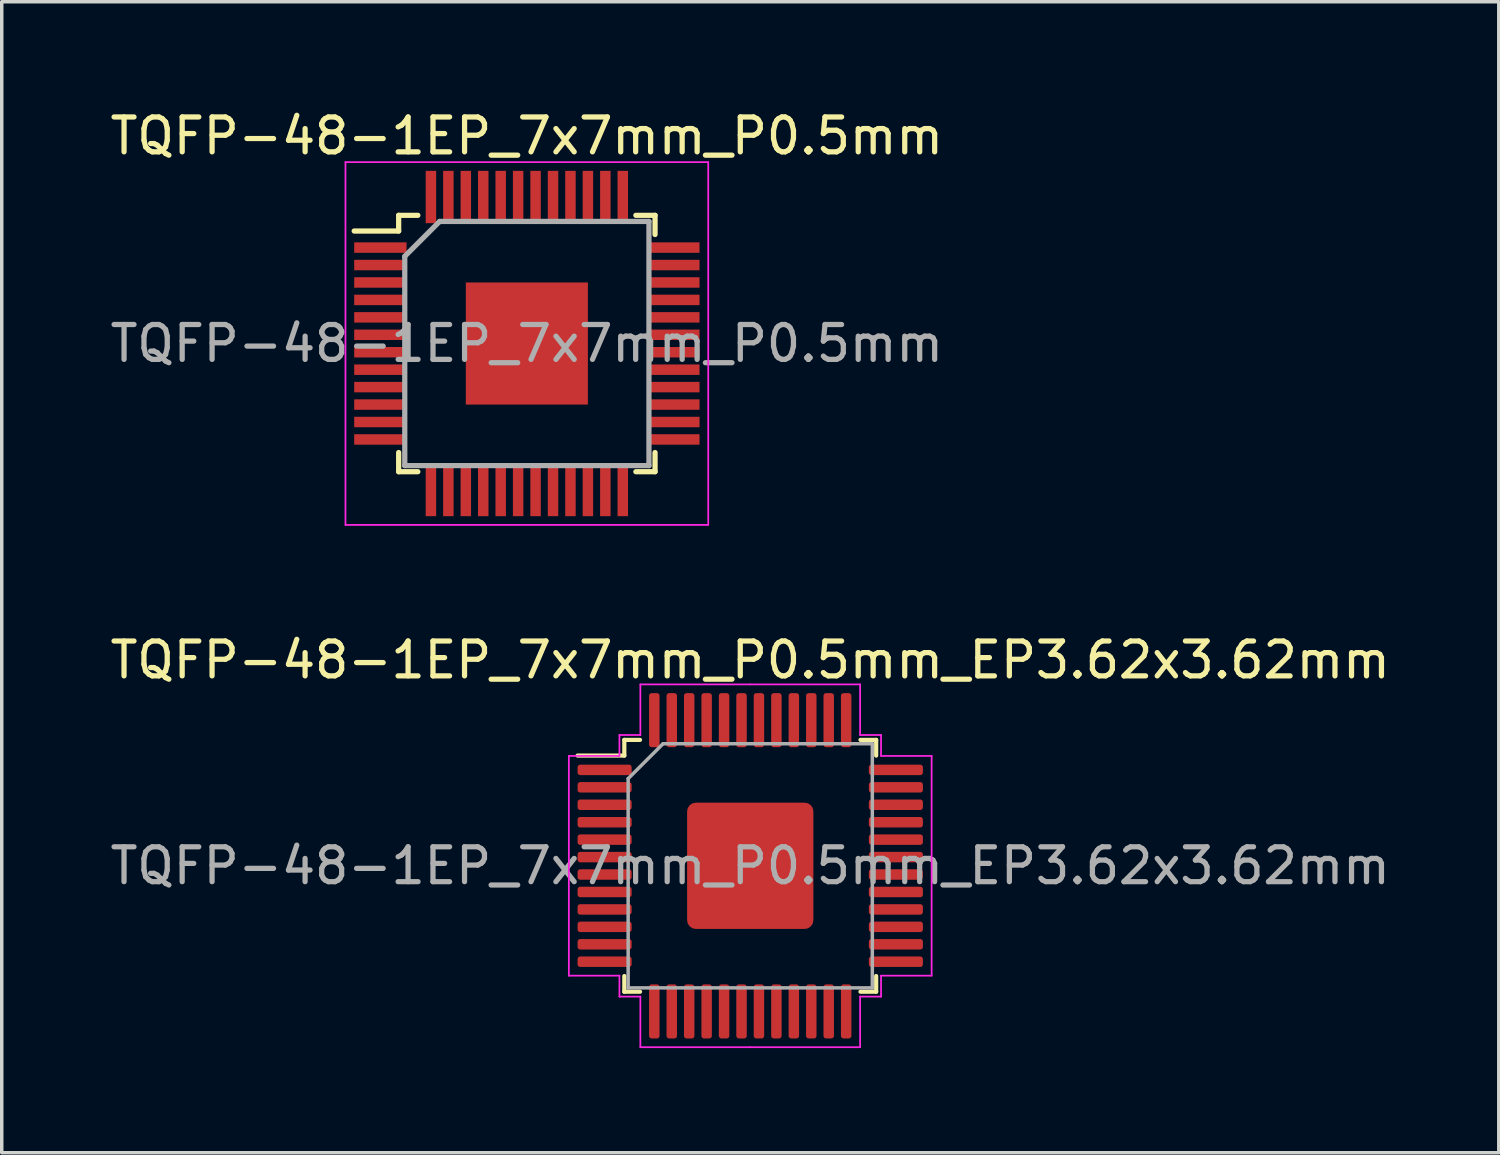
<source format=kicad_pcb>
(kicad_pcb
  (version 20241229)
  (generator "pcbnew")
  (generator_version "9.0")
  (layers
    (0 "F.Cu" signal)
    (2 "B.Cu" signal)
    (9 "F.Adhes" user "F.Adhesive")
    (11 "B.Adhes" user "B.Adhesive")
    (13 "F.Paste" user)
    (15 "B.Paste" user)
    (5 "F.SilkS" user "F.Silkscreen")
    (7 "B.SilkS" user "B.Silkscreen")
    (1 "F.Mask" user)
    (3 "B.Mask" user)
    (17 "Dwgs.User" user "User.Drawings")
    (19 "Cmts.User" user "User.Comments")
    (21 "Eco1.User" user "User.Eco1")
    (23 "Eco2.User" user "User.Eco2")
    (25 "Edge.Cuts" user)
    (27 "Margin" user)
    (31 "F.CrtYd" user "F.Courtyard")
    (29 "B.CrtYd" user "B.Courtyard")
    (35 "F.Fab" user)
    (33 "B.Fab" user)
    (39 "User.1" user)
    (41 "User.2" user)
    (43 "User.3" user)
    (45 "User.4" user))
  (footprint "TQFP-48-1EP_7x7mm_P0.5mm"
    (layer "F.Cu")
    (at 12.054 6.798)
    (property "Reference" "TQFP-48-1EP_7x7mm_P0.5mm" (at 0 -5.95 0) (layer "F.SilkS") (effects (font (size 1 1) (thickness 0.15))))
    (attr smd)
    (fp_line (start -3.675 -3.675) (end -3.675 -3.225) (stroke (width 0.15) (type solid)) (layer "F.SilkS"))
    (fp_line (start -3.675 -3.675) (end -3.125 -3.675) (stroke (width 0.15) (type solid)) (layer "F.SilkS"))
    (fp_line (start -3.675 -3.225) (end -4.95 -3.225) (stroke (width 0.15) (type solid)) (layer "F.SilkS"))
    (fp_line (start -3.675 3.675) (end -3.675 3.125) (stroke (width 0.15) (type solid)) (layer "F.SilkS"))
    (fp_line (start -3.675 3.675) (end -3.125 3.675) (stroke (width 0.15) (type solid)) (layer "F.SilkS"))
    (fp_line (start 3.675 -3.675) (end 3.125 -3.675) (stroke (width 0.15) (type solid)) (layer "F.SilkS"))
    (fp_line (start 3.675 -3.675) (end 3.675 -3.125) (stroke (width 0.15) (type solid)) (layer "F.SilkS"))
    (fp_line (start 3.675 3.675) (end 3.125 3.675) (stroke (width 0.15) (type solid)) (layer "F.SilkS"))
    (fp_line (start 3.675 3.675) (end 3.675 3.125) (stroke (width 0.15) (type solid)) (layer "F.SilkS"))
    (fp_line (start -5.2 -5.2) (end -5.2 5.2) (stroke (width 0.05) (type solid)) (layer "F.CrtYd"))
    (fp_line (start -5.2 -5.2) (end 5.2 -5.2) (stroke (width 0.05) (type solid)) (layer "F.CrtYd"))
    (fp_line (start -5.2 5.2) (end 5.2 5.2) (stroke (width 0.05) (type solid)) (layer "F.CrtYd"))
    (fp_line (start 5.2 -5.2) (end 5.2 5.2) (stroke (width 0.05) (type solid)) (layer "F.CrtYd"))
    (fp_line (start -3.5 -2.5) (end -2.5 -3.5) (stroke (width 0.15) (type solid)) (layer "F.Fab"))
    (fp_line (start -3.5 3.5) (end -3.5 -2.5) (stroke (width 0.15) (type solid)) (layer "F.Fab"))
    (fp_line (start -2.5 -3.5) (end 3.5 -3.5) (stroke (width 0.15) (type solid)) (layer "F.Fab"))
    (fp_line (start 3.5 -3.5) (end 3.5 3.5) (stroke (width 0.15) (type solid)) (layer "F.Fab"))
    (fp_line (start 3.5 3.5) (end -3.5 3.5) (stroke (width 0.15) (type solid)) (layer "F.Fab"))
    (fp_text user "${REFERENCE}" (at 0 0 0) (layer "F.Fab") (effects (font (size 1 1) (thickness 0.15))))
    (pad "" smd rect (at -0.875 -0.875) (size 1.35 1.35) (layers "F.Paste"))
    (pad "" smd rect (at -0.875 0.875) (size 1.35 1.35) (layers "F.Paste"))
    (pad "" smd rect (at 0.875 -0.875) (size 1.35 1.35) (layers "F.Paste"))
    (pad "" smd rect (at 0.875 0.875) (size 1.35 1.35) (layers "F.Paste"))
    (pad "1" smd rect (at -4.2 -2.75) (size 1.5 0.3) (layers "F.Cu" "F.Mask" "F.Paste"))
    (pad "2" smd rect (at -4.2 -2.25) (size 1.5 0.3) (layers "F.Cu" "F.Mask" "F.Paste"))
    (pad "3" smd rect (at -4.2 -1.75) (size 1.5 0.3) (layers "F.Cu" "F.Mask" "F.Paste"))
    (pad "4" smd rect (at -4.2 -1.25) (size 1.5 0.3) (layers "F.Cu" "F.Mask" "F.Paste"))
    (pad "5" smd rect (at -4.2 -0.75) (size 1.5 0.3) (layers "F.Cu" "F.Mask" "F.Paste"))
    (pad "6" smd rect (at -4.2 -0.25) (size 1.5 0.3) (layers "F.Cu" "F.Mask" "F.Paste"))
    (pad "7" smd rect (at -4.2 0.25) (size 1.5 0.3) (layers "F.Cu" "F.Mask" "F.Paste"))
    (pad "8" smd rect (at -4.2 0.75) (size 1.5 0.3) (layers "F.Cu" "F.Mask" "F.Paste"))
    (pad "9" smd rect (at -4.2 1.25) (size 1.5 0.3) (layers "F.Cu" "F.Mask" "F.Paste"))
    (pad "10" smd rect (at -4.2 1.75) (size 1.5 0.3) (layers "F.Cu" "F.Mask" "F.Paste"))
    (pad "11" smd rect (at -4.2 2.25) (size 1.5 0.3) (layers "F.Cu" "F.Mask" "F.Paste"))
    (pad "12" smd rect (at -4.2 2.75) (size 1.5 0.3) (layers "F.Cu" "F.Mask" "F.Paste"))
    (pad "13" smd rect (at -2.75 4.2 90) (size 1.5 0.3) (layers "F.Cu" "F.Mask" "F.Paste"))
    (pad "14" smd rect (at -2.25 4.2 90) (size 1.5 0.3) (layers "F.Cu" "F.Mask" "F.Paste"))
    (pad "15" smd rect (at -1.75 4.2 90) (size 1.5 0.3) (layers "F.Cu" "F.Mask" "F.Paste"))
    (pad "16" smd rect (at -1.25 4.2 90) (size 1.5 0.3) (layers "F.Cu" "F.Mask" "F.Paste"))
    (pad "17" smd rect (at -0.75 4.2 90) (size 1.5 0.3) (layers "F.Cu" "F.Mask" "F.Paste"))
    (pad "18" smd rect (at -0.25 4.2 90) (size 1.5 0.3) (layers "F.Cu" "F.Mask" "F.Paste"))
    (pad "19" smd rect (at 0.25 4.2 90) (size 1.5 0.3) (layers "F.Cu" "F.Mask" "F.Paste"))
    (pad "20" smd rect (at 0.75 4.2 90) (size 1.5 0.3) (layers "F.Cu" "F.Mask" "F.Paste"))
    (pad "21" smd rect (at 1.25 4.2 90) (size 1.5 0.3) (layers "F.Cu" "F.Mask" "F.Paste"))
    (pad "22" smd rect (at 1.75 4.2 90) (size 1.5 0.3) (layers "F.Cu" "F.Mask" "F.Paste"))
    (pad "23" smd rect (at 2.25 4.2 90) (size 1.5 0.3) (layers "F.Cu" "F.Mask" "F.Paste"))
    (pad "24" smd rect (at 2.75 4.2 90) (size 1.5 0.3) (layers "F.Cu" "F.Mask" "F.Paste"))
    (pad "25" smd rect (at 4.2 2.75) (size 1.5 0.3) (layers "F.Cu" "F.Mask" "F.Paste"))
    (pad "26" smd rect (at 4.2 2.25) (size 1.5 0.3) (layers "F.Cu" "F.Mask" "F.Paste"))
    (pad "27" smd rect (at 4.2 1.75) (size 1.5 0.3) (layers "F.Cu" "F.Mask" "F.Paste"))
    (pad "28" smd rect (at 4.2 1.25) (size 1.5 0.3) (layers "F.Cu" "F.Mask" "F.Paste"))
    (pad "29" smd rect (at 4.2 0.75) (size 1.5 0.3) (layers "F.Cu" "F.Mask" "F.Paste"))
    (pad "30" smd rect (at 4.2 0.25) (size 1.5 0.3) (layers "F.Cu" "F.Mask" "F.Paste"))
    (pad "31" smd rect (at 4.2 -0.25) (size 1.5 0.3) (layers "F.Cu" "F.Mask" "F.Paste"))
    (pad "32" smd rect (at 4.2 -0.75) (size 1.5 0.3) (layers "F.Cu" "F.Mask" "F.Paste"))
    (pad "33" smd rect (at 4.2 -1.25) (size 1.5 0.3) (layers "F.Cu" "F.Mask" "F.Paste"))
    (pad "34" smd rect (at 4.2 -1.75) (size 1.5 0.3) (layers "F.Cu" "F.Mask" "F.Paste"))
    (pad "35" smd rect (at 4.2 -2.25) (size 1.5 0.3) (layers "F.Cu" "F.Mask" "F.Paste"))
    (pad "36" smd rect (at 4.2 -2.75) (size 1.5 0.3) (layers "F.Cu" "F.Mask" "F.Paste"))
    (pad "37" smd rect (at 2.75 -4.2 90) (size 1.5 0.3) (layers "F.Cu" "F.Mask" "F.Paste"))
    (pad "38" smd rect (at 2.25 -4.2 90) (size 1.5 0.3) (layers "F.Cu" "F.Mask" "F.Paste"))
    (pad "39" smd rect (at 1.75 -4.2 90) (size 1.5 0.3) (layers "F.Cu" "F.Mask" "F.Paste"))
    (pad "40" smd rect (at 1.25 -4.2 90) (size 1.5 0.3) (layers "F.Cu" "F.Mask" "F.Paste"))
    (pad "41" smd rect (at 0.75 -4.2 90) (size 1.5 0.3) (layers "F.Cu" "F.Mask" "F.Paste"))
    (pad "42" smd rect (at 0.25 -4.2 90) (size 1.5 0.3) (layers "F.Cu" "F.Mask" "F.Paste"))
    (pad "43" smd rect (at -0.25 -4.2 90) (size 1.5 0.3) (layers "F.Cu" "F.Mask" "F.Paste"))
    (pad "44" smd rect (at -0.75 -4.2 90) (size 1.5 0.3) (layers "F.Cu" "F.Mask" "F.Paste"))
    (pad "45" smd rect (at -1.25 -4.2 90) (size 1.5 0.3) (layers "F.Cu" "F.Mask" "F.Paste"))
    (pad "46" smd rect (at -1.75 -4.2 90) (size 1.5 0.3) (layers "F.Cu" "F.Mask" "F.Paste"))
    (pad "47" smd rect (at -2.25 -4.2 90) (size 1.5 0.3) (layers "F.Cu" "F.Mask" "F.Paste"))
    (pad "48" smd rect (at -2.75 -4.2 90) (size 1.5 0.3) (layers "F.Cu" "F.Mask" "F.Paste"))
    (pad "49" smd rect (at 0 0) (size 3.5 3.5) (layers "F.Cu" "F.Mask")))
  (footprint "TQFP-48-1EP_7x7mm_P0.5mm_EP3.62x3.62mm"
    (layer "F.Cu")
    (at 18.458 21.771)
    (property "Reference" "TQFP-48-1EP_7x7mm_P0.5mm_EP3.62x3.62mm" (at 0 -5.9 0) (layer "F.SilkS") (effects (font (size 1 1) (thickness 0.15))))
    (attr smd)
    (fp_line (start -3.61 -3.61) (end -3.61 -3.16) (stroke (width 0.12) (type solid)) (layer "F.SilkS"))
    (fp_line (start -3.61 -3.16) (end -4.95 -3.16) (stroke (width 0.12) (type solid)) (layer "F.SilkS"))
    (fp_line (start -3.61 3.61) (end -3.61 3.16) (stroke (width 0.12) (type solid)) (layer "F.SilkS"))
    (fp_line (start -3.16 -3.61) (end -3.61 -3.61) (stroke (width 0.12) (type solid)) (layer "F.SilkS"))
    (fp_line (start -3.16 3.61) (end -3.61 3.61) (stroke (width 0.12) (type solid)) (layer "F.SilkS"))
    (fp_line (start 3.16 -3.61) (end 3.61 -3.61) (stroke (width 0.12) (type solid)) (layer "F.SilkS"))
    (fp_line (start 3.16 3.61) (end 3.61 3.61) (stroke (width 0.12) (type solid)) (layer "F.SilkS"))
    (fp_line (start 3.61 -3.61) (end 3.61 -3.16) (stroke (width 0.12) (type solid)) (layer "F.SilkS"))
    (fp_line (start 3.61 3.61) (end 3.61 3.16) (stroke (width 0.12) (type solid)) (layer "F.SilkS"))
    (fp_line (start -5.2 -3.15) (end -5.2 0) (stroke (width 0.05) (type solid)) (layer "F.CrtYd"))
    (fp_line (start -5.2 3.15) (end -5.2 0) (stroke (width 0.05) (type solid)) (layer "F.CrtYd"))
    (fp_line (start -3.75 -3.75) (end -3.75 -3.15) (stroke (width 0.05) (type solid)) (layer "F.CrtYd"))
    (fp_line (start -3.75 -3.15) (end -5.2 -3.15) (stroke (width 0.05) (type solid)) (layer "F.CrtYd"))
    (fp_line (start -3.75 3.15) (end -5.2 3.15) (stroke (width 0.05) (type solid)) (layer "F.CrtYd"))
    (fp_line (start -3.75 3.75) (end -3.75 3.15) (stroke (width 0.05) (type solid)) (layer "F.CrtYd"))
    (fp_line (start -3.15 -5.2) (end -3.15 -3.75) (stroke (width 0.05) (type solid)) (layer "F.CrtYd"))
    (fp_line (start -3.15 -3.75) (end -3.75 -3.75) (stroke (width 0.05) (type solid)) (layer "F.CrtYd"))
    (fp_line (start -3.15 3.75) (end -3.75 3.75) (stroke (width 0.05) (type solid)) (layer "F.CrtYd"))
    (fp_line (start -3.15 5.2) (end -3.15 3.75) (stroke (width 0.05) (type solid)) (layer "F.CrtYd"))
    (fp_line (start 0 -5.2) (end -3.15 -5.2) (stroke (width 0.05) (type solid)) (layer "F.CrtYd"))
    (fp_line (start 0 -5.2) (end 3.15 -5.2) (stroke (width 0.05) (type solid)) (layer "F.CrtYd"))
    (fp_line (start 0 5.2) (end -3.15 5.2) (stroke (width 0.05) (type solid)) (layer "F.CrtYd"))
    (fp_line (start 0 5.2) (end 3.15 5.2) (stroke (width 0.05) (type solid)) (layer "F.CrtYd"))
    (fp_line (start 3.15 -5.2) (end 3.15 -3.75) (stroke (width 0.05) (type solid)) (layer "F.CrtYd"))
    (fp_line (start 3.15 -3.75) (end 3.75 -3.75) (stroke (width 0.05) (type solid)) (layer "F.CrtYd"))
    (fp_line (start 3.15 3.75) (end 3.75 3.75) (stroke (width 0.05) (type solid)) (layer "F.CrtYd"))
    (fp_line (start 3.15 5.2) (end 3.15 3.75) (stroke (width 0.05) (type solid)) (layer "F.CrtYd"))
    (fp_line (start 3.75 -3.75) (end 3.75 -3.15) (stroke (width 0.05) (type solid)) (layer "F.CrtYd"))
    (fp_line (start 3.75 -3.15) (end 5.2 -3.15) (stroke (width 0.05) (type solid)) (layer "F.CrtYd"))
    (fp_line (start 3.75 3.15) (end 5.2 3.15) (stroke (width 0.05) (type solid)) (layer "F.CrtYd"))
    (fp_line (start 3.75 3.75) (end 3.75 3.15) (stroke (width 0.05) (type solid)) (layer "F.CrtYd"))
    (fp_line (start 5.2 -3.15) (end 5.2 0) (stroke (width 0.05) (type solid)) (layer "F.CrtYd"))
    (fp_line (start 5.2 3.15) (end 5.2 0) (stroke (width 0.05) (type solid)) (layer "F.CrtYd"))
    (fp_line (start -3.5 -2.5) (end -2.5 -3.5) (stroke (width 0.1) (type solid)) (layer "F.Fab"))
    (fp_line (start -3.5 3.5) (end -3.5 -2.5) (stroke (width 0.1) (type solid)) (layer "F.Fab"))
    (fp_line (start -2.5 -3.5) (end 3.5 -3.5) (stroke (width 0.1) (type solid)) (layer "F.Fab"))
    (fp_line (start 3.5 -3.5) (end 3.5 3.5) (stroke (width 0.1) (type solid)) (layer "F.Fab"))
    (fp_line (start 3.5 3.5) (end -3.5 3.5) (stroke (width 0.1) (type solid)) (layer "F.Fab"))
    (fp_text user "${REFERENCE}" (at 0 0 0) (layer "F.Fab") (effects (font (size 1 1) (thickness 0.15))))
    (pad "" smd roundrect (at -0.905 -0.905) (size 1.46 1.46) (layers "F.Paste") (roundrect_rratio 0.171))
    (pad "" smd roundrect (at -0.905 0.905) (size 1.46 1.46) (layers "F.Paste") (roundrect_rratio 0.171))
    (pad "" smd roundrect (at 0.905 -0.905) (size 1.46 1.46) (layers "F.Paste") (roundrect_rratio 0.171))
    (pad "" smd roundrect (at 0.905 0.905) (size 1.46 1.46) (layers "F.Paste") (roundrect_rratio 0.171))
    (pad "1" smd roundrect (at -4.175 -2.75) (size 1.55 0.3) (layers "F.Cu" "F.Mask" "F.Paste") (roundrect_rratio 0.25))
    (pad "2" smd roundrect (at -4.175 -2.25) (size 1.55 0.3) (layers "F.Cu" "F.Mask" "F.Paste") (roundrect_rratio 0.25))
    (pad "3" smd roundrect (at -4.175 -1.75) (size 1.55 0.3) (layers "F.Cu" "F.Mask" "F.Paste") (roundrect_rratio 0.25))
    (pad "4" smd roundrect (at -4.175 -1.25) (size 1.55 0.3) (layers "F.Cu" "F.Mask" "F.Paste") (roundrect_rratio 0.25))
    (pad "5" smd roundrect (at -4.175 -0.75) (size 1.55 0.3) (layers "F.Cu" "F.Mask" "F.Paste") (roundrect_rratio 0.25))
    (pad "6" smd roundrect (at -4.175 -0.25) (size 1.55 0.3) (layers "F.Cu" "F.Mask" "F.Paste") (roundrect_rratio 0.25))
    (pad "7" smd roundrect (at -4.175 0.25) (size 1.55 0.3) (layers "F.Cu" "F.Mask" "F.Paste") (roundrect_rratio 0.25))
    (pad "8" smd roundrect (at -4.175 0.75) (size 1.55 0.3) (layers "F.Cu" "F.Mask" "F.Paste") (roundrect_rratio 0.25))
    (pad "9" smd roundrect (at -4.175 1.25) (size 1.55 0.3) (layers "F.Cu" "F.Mask" "F.Paste") (roundrect_rratio 0.25))
    (pad "10" smd roundrect (at -4.175 1.75) (size 1.55 0.3) (layers "F.Cu" "F.Mask" "F.Paste") (roundrect_rratio 0.25))
    (pad "11" smd roundrect (at -4.175 2.25) (size 1.55 0.3) (layers "F.Cu" "F.Mask" "F.Paste") (roundrect_rratio 0.25))
    (pad "12" smd roundrect (at -4.175 2.75) (size 1.55 0.3) (layers "F.Cu" "F.Mask" "F.Paste") (roundrect_rratio 0.25))
    (pad "13" smd roundrect (at -2.75 4.175) (size 0.3 1.55) (layers "F.Cu" "F.Mask" "F.Paste") (roundrect_rratio 0.25))
    (pad "14" smd roundrect (at -2.25 4.175) (size 0.3 1.55) (layers "F.Cu" "F.Mask" "F.Paste") (roundrect_rratio 0.25))
    (pad "15" smd roundrect (at -1.75 4.175) (size 0.3 1.55) (layers "F.Cu" "F.Mask" "F.Paste") (roundrect_rratio 0.25))
    (pad "16" smd roundrect (at -1.25 4.175) (size 0.3 1.55) (layers "F.Cu" "F.Mask" "F.Paste") (roundrect_rratio 0.25))
    (pad "17" smd roundrect (at -0.75 4.175) (size 0.3 1.55) (layers "F.Cu" "F.Mask" "F.Paste") (roundrect_rratio 0.25))
    (pad "18" smd roundrect (at -0.25 4.175) (size 0.3 1.55) (layers "F.Cu" "F.Mask" "F.Paste") (roundrect_rratio 0.25))
    (pad "19" smd roundrect (at 0.25 4.175) (size 0.3 1.55) (layers "F.Cu" "F.Mask" "F.Paste") (roundrect_rratio 0.25))
    (pad "20" smd roundrect (at 0.75 4.175) (size 0.3 1.55) (layers "F.Cu" "F.Mask" "F.Paste") (roundrect_rratio 0.25))
    (pad "21" smd roundrect (at 1.25 4.175) (size 0.3 1.55) (layers "F.Cu" "F.Mask" "F.Paste") (roundrect_rratio 0.25))
    (pad "22" smd roundrect (at 1.75 4.175) (size 0.3 1.55) (layers "F.Cu" "F.Mask" "F.Paste") (roundrect_rratio 0.25))
    (pad "23" smd roundrect (at 2.25 4.175) (size 0.3 1.55) (layers "F.Cu" "F.Mask" "F.Paste") (roundrect_rratio 0.25))
    (pad "24" smd roundrect (at 2.75 4.175) (size 0.3 1.55) (layers "F.Cu" "F.Mask" "F.Paste") (roundrect_rratio 0.25))
    (pad "25" smd roundrect (at 4.175 2.75) (size 1.55 0.3) (layers "F.Cu" "F.Mask" "F.Paste") (roundrect_rratio 0.25))
    (pad "26" smd roundrect (at 4.175 2.25) (size 1.55 0.3) (layers "F.Cu" "F.Mask" "F.Paste") (roundrect_rratio 0.25))
    (pad "27" smd roundrect (at 4.175 1.75) (size 1.55 0.3) (layers "F.Cu" "F.Mask" "F.Paste") (roundrect_rratio 0.25))
    (pad "28" smd roundrect (at 4.175 1.25) (size 1.55 0.3) (layers "F.Cu" "F.Mask" "F.Paste") (roundrect_rratio 0.25))
    (pad "29" smd roundrect (at 4.175 0.75) (size 1.55 0.3) (layers "F.Cu" "F.Mask" "F.Paste") (roundrect_rratio 0.25))
    (pad "30" smd roundrect (at 4.175 0.25) (size 1.55 0.3) (layers "F.Cu" "F.Mask" "F.Paste") (roundrect_rratio 0.25))
    (pad "31" smd roundrect (at 4.175 -0.25) (size 1.55 0.3) (layers "F.Cu" "F.Mask" "F.Paste") (roundrect_rratio 0.25))
    (pad "32" smd roundrect (at 4.175 -0.75) (size 1.55 0.3) (layers "F.Cu" "F.Mask" "F.Paste") (roundrect_rratio 0.25))
    (pad "33" smd roundrect (at 4.175 -1.25) (size 1.55 0.3) (layers "F.Cu" "F.Mask" "F.Paste") (roundrect_rratio 0.25))
    (pad "34" smd roundrect (at 4.175 -1.75) (size 1.55 0.3) (layers "F.Cu" "F.Mask" "F.Paste") (roundrect_rratio 0.25))
    (pad "35" smd roundrect (at 4.175 -2.25) (size 1.55 0.3) (layers "F.Cu" "F.Mask" "F.Paste") (roundrect_rratio 0.25))
    (pad "36" smd roundrect (at 4.175 -2.75) (size 1.55 0.3) (layers "F.Cu" "F.Mask" "F.Paste") (roundrect_rratio 0.25))
    (pad "37" smd roundrect (at 2.75 -4.175) (size 0.3 1.55) (layers "F.Cu" "F.Mask" "F.Paste") (roundrect_rratio 0.25))
    (pad "38" smd roundrect (at 2.25 -4.175) (size 0.3 1.55) (layers "F.Cu" "F.Mask" "F.Paste") (roundrect_rratio 0.25))
    (pad "39" smd roundrect (at 1.75 -4.175) (size 0.3 1.55) (layers "F.Cu" "F.Mask" "F.Paste") (roundrect_rratio 0.25))
    (pad "40" smd roundrect (at 1.25 -4.175) (size 0.3 1.55) (layers "F.Cu" "F.Mask" "F.Paste") (roundrect_rratio 0.25))
    (pad "41" smd roundrect (at 0.75 -4.175) (size 0.3 1.55) (layers "F.Cu" "F.Mask" "F.Paste") (roundrect_rratio 0.25))
    (pad "42" smd roundrect (at 0.25 -4.175) (size 0.3 1.55) (layers "F.Cu" "F.Mask" "F.Paste") (roundrect_rratio 0.25))
    (pad "43" smd roundrect (at -0.25 -4.175) (size 0.3 1.55) (layers "F.Cu" "F.Mask" "F.Paste") (roundrect_rratio 0.25))
    (pad "44" smd roundrect (at -0.75 -4.175) (size 0.3 1.55) (layers "F.Cu" "F.Mask" "F.Paste") (roundrect_rratio 0.25))
    (pad "45" smd roundrect (at -1.25 -4.175) (size 0.3 1.55) (layers "F.Cu" "F.Mask" "F.Paste") (roundrect_rratio 0.25))
    (pad "46" smd roundrect (at -1.75 -4.175) (size 0.3 1.55) (layers "F.Cu" "F.Mask" "F.Paste") (roundrect_rratio 0.25))
    (pad "47" smd roundrect (at -2.25 -4.175) (size 0.3 1.55) (layers "F.Cu" "F.Mask" "F.Paste") (roundrect_rratio 0.25))
    (pad "48" smd roundrect (at -2.75 -4.175) (size 0.3 1.55) (layers "F.Cu" "F.Mask" "F.Paste") (roundrect_rratio 0.25))
    (pad "49" smd roundrect (at 0 0) (size 3.62 3.62) (layers "F.Cu" "F.Mask") (roundrect_rratio 0.069)))
  (gr_rect
    (start -3 -3)
    (end 39.917 29.997)
    (stroke (width 0.1) (type default))
    (fill no)
    (layer "Edge.Cuts")))
</source>
